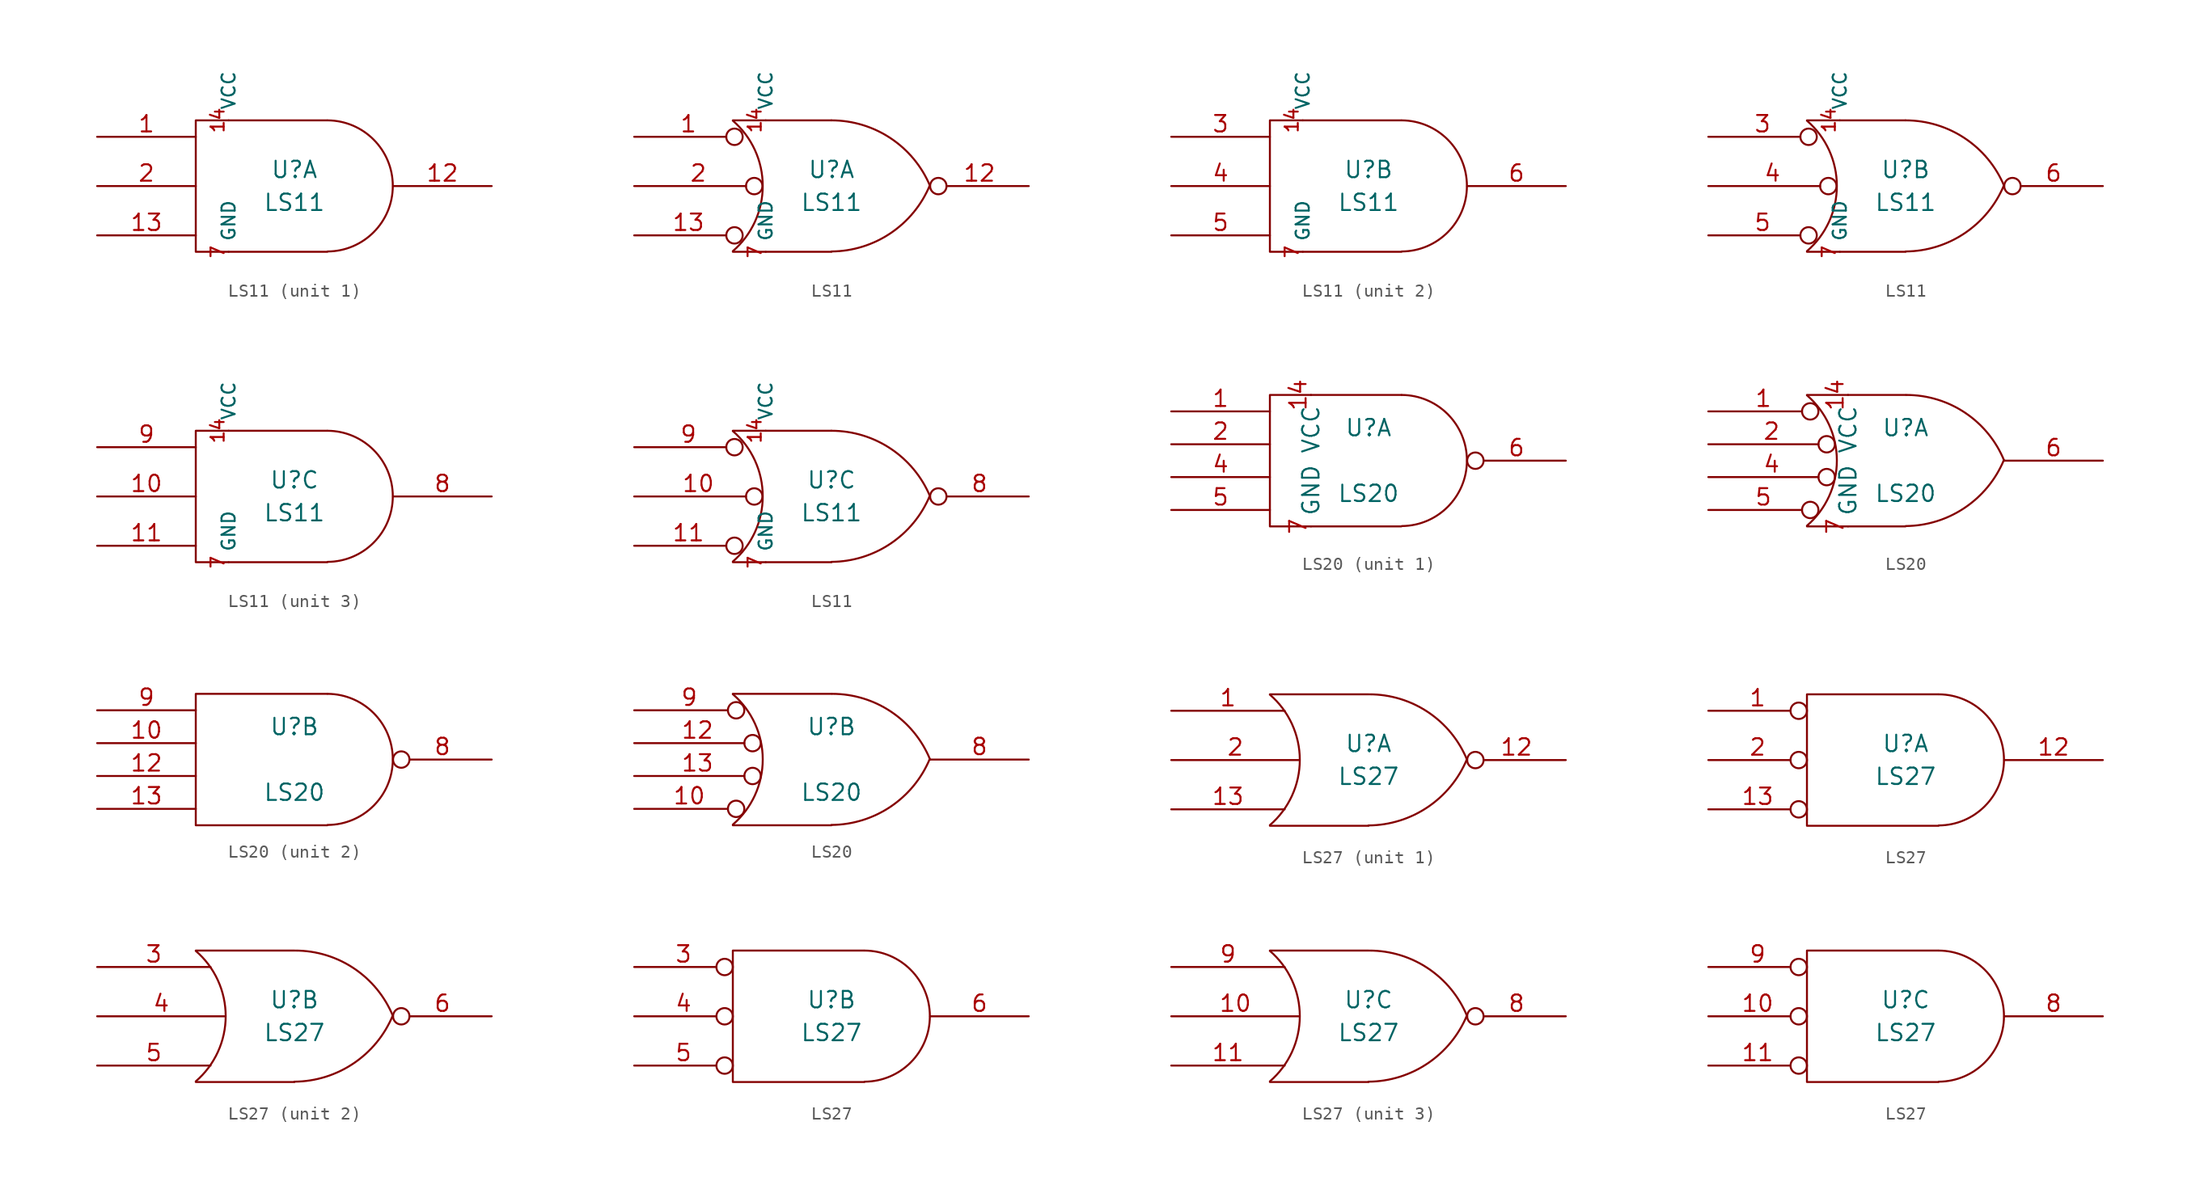
<source format=kicad_sym>
(kicad_symbol_lib
  (version 20211014)
  (generator kicad_symbol_editor)
  (symbol "LS11"
    (pin_names
      (offset 0.762))
    (property "Reference" "U"
      (at 0 1.27 0)
      (effects (font (size 1.27 1.27))))
    (property "Value" "LS11"
      (at 0 -1.27 0)
      (effects (font (size 1.27 1.27))))
    (symbol "LS11_0_0"
      (pin power_in line (at -5.08 5.08 90) (length 0) (name "VCC" (effects (font (size 1.016 1.016)))) (number "14" (effects (font (size 1.016 1.016)))))
      (pin power_in line (at -5.08 -5.08 90) (length 0) (name "GND" (effects (font (size 1.016 1.016)))) (number "7" (effects (font (size 1.016 1.016))))))
    (symbol "LS11_0_1"
      (polyline (pts (xy 2.54 5.08) (xy -7.62 5.08) (xy -7.62 -5.08) (xy 2.54 -5.08)) (stroke (width 0) (type default) (color 0 0 0 0)) (fill (type none)))
      (arc (start 2.5654 -5.0546) (mid 7.5947 0.0127) (end 2.5654 5.08) (stroke (width 0) (type default) (color 0 0 0 0)) (fill (type none))))
    (symbol "LS11_0_2"
      (arc (start -7.62 -5.0292) (mid -5.3094 0.0127) (end -7.62 5.0546) (stroke (width 0.1524) (type default) (color 0 0 0 0)) (fill (type none)))
      (arc (start 0 -5.0546) (mid 4.5649 -3.6437) (end 7.5946 0.0508) (stroke (width 0.1524) (type default) (color 0 0 0 0)) (fill (type none)))
      (polyline (pts (xy -7.62 -5.08) (xy 0 -5.08)) (stroke (width 0.152) (type default) (color 0 0 0 0)) (fill (type none)))
      (polyline (pts (xy -7.62 5.08) (xy 0 5.08)) (stroke (width 0.152) (type default) (color 0 0 0 0)) (fill (type none)))
      (arc (start 7.62 0) (mid 4.5791 3.6936) (end 0 5.08) (stroke (width 0.1524) (type default) (color 0 0 0 0)) (fill (type none))))
    (symbol "LS11_1_1"
      (pin input line (at -15.24 3.81 0) (length 7.62) (name "~" (effects (font (size 1.27 1.27)))) (number "1" (effects (font (size 1.27 1.27)))))
      (pin output line (at 15.24 0 180) (length 7.62) (name "~" (effects (font (size 1.27 1.27)))) (number "12" (effects (font (size 1.27 1.27)))))
      (pin input line (at -15.24 -3.81 0) (length 7.62) (name "~" (effects (font (size 1.27 1.27)))) (number "13" (effects (font (size 1.27 1.27)))))
      (pin input line (at -15.24 0 0) (length 7.62) (name "~" (effects (font (size 1.27 1.27)))) (number "2" (effects (font (size 1.27 1.27))))))
    (symbol "LS11_1_2"
      (pin input inverted (at -15.24 3.81 0) (length 8.382) (name "~" (effects (font (size 1.27 1.27)))) (number "1" (effects (font (size 1.27 1.27)))))
      (pin output inverted (at 15.24 0 180) (length 7.62) (name "~" (effects (font (size 1.27 1.27)))) (number "12" (effects (font (size 1.27 1.27)))))
      (pin input inverted (at -15.24 -3.81 0) (length 8.382) (name "~" (effects (font (size 1.27 1.27)))) (number "13" (effects (font (size 1.27 1.27)))))
      (pin input inverted (at -15.24 0 0) (length 9.906) (name "~" (effects (font (size 1.27 1.27)))) (number "2" (effects (font (size 1.27 1.27))))))
    (symbol "LS11_2_1"
      (pin input line (at -15.24 3.81 0) (length 7.62) (name "~" (effects (font (size 1.27 1.27)))) (number "3" (effects (font (size 1.27 1.27)))))
      (pin input line (at -15.24 0 0) (length 7.62) (name "~" (effects (font (size 1.27 1.27)))) (number "4" (effects (font (size 1.27 1.27)))))
      (pin input line (at -15.24 -3.81 0) (length 7.62) (name "~" (effects (font (size 1.27 1.27)))) (number "5" (effects (font (size 1.27 1.27)))))
      (pin output line (at 15.24 0 180) (length 7.62) (name "~" (effects (font (size 1.27 1.27)))) (number "6" (effects (font (size 1.27 1.27))))))
    (symbol "LS11_2_2"
      (pin input inverted (at -15.24 3.81 0) (length 8.382) (name "~" (effects (font (size 1.27 1.27)))) (number "3" (effects (font (size 1.27 1.27)))))
      (pin input inverted (at -15.24 0 0) (length 9.906) (name "~" (effects (font (size 1.27 1.27)))) (number "4" (effects (font (size 1.27 1.27)))))
      (pin input inverted (at -15.24 -3.81 0) (length 8.382) (name "~" (effects (font (size 1.27 1.27)))) (number "5" (effects (font (size 1.27 1.27)))))
      (pin output inverted (at 15.24 0 180) (length 7.62) (name "~" (effects (font (size 1.27 1.27)))) (number "6" (effects (font (size 1.27 1.27))))))
    (symbol "LS11_3_1"
      (pin input line (at -15.24 0 0) (length 7.62) (name "~" (effects (font (size 1.27 1.27)))) (number "10" (effects (font (size 1.27 1.27)))))
      (pin input line (at -15.24 -3.81 0) (length 7.62) (name "~" (effects (font (size 1.27 1.27)))) (number "11" (effects (font (size 1.27 1.27)))))
      (pin output line (at 15.24 0 180) (length 7.62) (name "~" (effects (font (size 1.27 1.27)))) (number "8" (effects (font (size 1.27 1.27)))))
      (pin input line (at -15.24 3.81 0) (length 7.62) (name "~" (effects (font (size 1.27 1.27)))) (number "9" (effects (font (size 1.27 1.27))))))
    (symbol "LS11_3_2"
      (pin input inverted (at -15.24 0 0) (length 9.906) (name "~" (effects (font (size 1.27 1.27)))) (number "10" (effects (font (size 1.27 1.27)))))
      (pin input inverted (at -15.24 -3.81 0) (length 8.382) (name "~" (effects (font (size 1.27 1.27)))) (number "11" (effects (font (size 1.27 1.27)))))
      (pin output inverted (at 15.24 0 180) (length 7.62) (name "~" (effects (font (size 1.27 1.27)))) (number "8" (effects (font (size 1.27 1.27)))))
      (pin input inverted (at -15.24 3.81 0) (length 8.382) (name "~" (effects (font (size 1.27 1.27)))) (number "9" (effects (font (size 1.27 1.27)))))))
  (symbol "LS20"
    (pin_names
      (offset 0.762))
    (property "Reference" "U"
      (at 0 2.54 0)
      (effects (font (size 1.27 1.27))))
    (property "Value" "LS20"
      (at 0 -2.54 0)
      (effects (font (size 1.27 1.27))))
    (symbol "LS20_0_1"
      (polyline (pts (xy 2.54 5.08) (xy -7.62 5.08) (xy -7.62 -5.08) (xy 2.54 -5.08)) (stroke (width 0) (type default) (color 0 0 0 0)) (fill (type none)))
      (arc (start 2.5654 -5.0546) (mid 7.5947 0.0127) (end 2.5654 5.08) (stroke (width 0) (type default) (color 0 0 0 0)) (fill (type none))))
    (symbol "LS20_0_2"
      (arc (start -7.62 -5.0292) (mid -5.3094 0.0127) (end -7.62 5.0546) (stroke (width 0) (type default) (color 0 0 0 0)) (fill (type none)))
      (arc (start 0 -5.0546) (mid 4.5649 -3.6437) (end 7.5946 0.0508) (stroke (width 0) (type default) (color 0 0 0 0)) (fill (type none)))
      (polyline (pts (xy -7.62 -5.08) (xy 0 -5.08)) (stroke (width 0) (type default) (color 0 0 0 0)) (fill (type none)))
      (polyline (pts (xy -7.62 5.08) (xy 0 5.08)) (stroke (width 0) (type default) (color 0 0 0 0)) (fill (type none)))
      (arc (start 7.62 0) (mid 4.6112 3.6959) (end 0.0508 5.08) (stroke (width 0) (type default) (color 0 0 0 0)) (fill (type none))))
    (symbol "LS20_1_0"
      (pin power_in line (at -4.445 5.08 270) (length 0) (name "VCC" (effects (font (size 1.27 1.27)))) (number "14" (effects (font (size 1.27 1.27)))))
      (pin power_in line (at -4.445 -5.08 90) (length 0) (name "GND" (effects (font (size 1.27 1.27)))) (number "7" (effects (font (size 1.27 1.27))))))
    (symbol "LS20_1_1"
      (pin input line (at -15.24 3.81 0) (length 7.62) (name "~" (effects (font (size 1.27 1.27)))) (number "1" (effects (font (size 1.27 1.27)))))
      (pin input line (at -15.24 1.27 0) (length 7.62) (name "~" (effects (font (size 1.27 1.27)))) (number "2" (effects (font (size 1.27 1.27)))))
      (pin input line (at -15.24 -1.27 0) (length 7.62) (name "~" (effects (font (size 1.27 1.27)))) (number "4" (effects (font (size 1.27 1.27)))))
      (pin input line (at -15.24 -3.81 0) (length 7.62) (name "~" (effects (font (size 1.27 1.27)))) (number "5" (effects (font (size 1.27 1.27)))))
      (pin output inverted (at 15.24 0 180) (length 7.62) (name "~" (effects (font (size 1.27 1.27)))) (number "6" (effects (font (size 1.27 1.27))))))
    (symbol "LS20_1_2"
      (pin input inverted (at -15.24 3.81 0) (length 8.509) (name "~" (effects (font (size 1.27 1.27)))) (number "1" (effects (font (size 1.27 1.27)))))
      (pin input inverted (at -15.24 1.27 0) (length 9.779) (name "~" (effects (font (size 1.27 1.27)))) (number "2" (effects (font (size 1.27 1.27)))))
      (pin output inverted (at -15.24 -1.27 0) (length 9.779) (name "~" (effects (font (size 1.27 1.27)))) (number "4" (effects (font (size 1.27 1.27)))))
      (pin input inverted (at -15.24 -3.81 0) (length 8.509) (name "~" (effects (font (size 1.27 1.27)))) (number "5" (effects (font (size 1.27 1.27)))))
      (pin output line (at 15.24 0 180) (length 7.62) (name "~" (effects (font (size 1.27 1.27)))) (number "6" (effects (font (size 1.27 1.27))))))
    (symbol "LS20_2_1"
      (pin input line (at -15.24 1.27 0) (length 7.62) (name "~" (effects (font (size 1.27 1.27)))) (number "10" (effects (font (size 1.27 1.27)))))
      (pin input line (at -15.24 -1.27 0) (length 7.62) (name "~" (effects (font (size 1.27 1.27)))) (number "12" (effects (font (size 1.27 1.27)))))
      (pin input line (at -15.24 -3.81 0) (length 7.62) (name "~" (effects (font (size 1.27 1.27)))) (number "13" (effects (font (size 1.27 1.27)))))
      (pin output inverted (at 15.24 0 180) (length 7.62) (name "~" (effects (font (size 1.27 1.27)))) (number "8" (effects (font (size 1.27 1.27)))))
      (pin input line (at -15.24 3.81 0) (length 7.62) (name "~" (effects (font (size 1.27 1.27)))) (number "9" (effects (font (size 1.27 1.27))))))
    (symbol "LS20_2_2"
      (pin input inverted (at -15.24 -3.81 0) (length 8.509) (name "~" (effects (font (size 1.27 1.27)))) (number "10" (effects (font (size 1.27 1.27)))))
      (pin input inverted (at -15.24 1.27 0) (length 9.779) (name "~" (effects (font (size 1.27 1.27)))) (number "12" (effects (font (size 1.27 1.27)))))
      (pin input inverted (at -15.24 -1.27 0) (length 9.779) (name "~" (effects (font (size 1.27 1.27)))) (number "13" (effects (font (size 1.27 1.27)))))
      (pin output line (at 15.24 0 180) (length 7.62) (name "~" (effects (font (size 1.27 1.27)))) (number "8" (effects (font (size 1.27 1.27)))))
      (pin input inverted (at -15.24 3.81 0) (length 8.509) (name "~" (effects (font (size 1.27 1.27)))) (number "9" (effects (font (size 1.27 1.27)))))))
  (symbol "LS27"
    (pin_names
      (offset 0.762))
    (property "Reference" "U"
      (at 0 1.27 0)
      (effects (font (size 1.27 1.27))))
    (property "Value" "LS27"
      (at 0 -1.27 0)
      (effects (font (size 1.27 1.27))))
    (symbol "LS27_0_0"
      (pin power_in line (at -5.08 5.08 90) (length 0) hide (name "VCC" (effects (font (size 1.016 1.016)))) (number "14" (effects (font (size 1.016 1.016)))))
      (pin power_in line (at -5.08 -5.08 90) (length 0) hide (name "GND" (effects (font (size 1.016 1.016)))) (number "7" (effects (font (size 1.016 1.016))))))
    (symbol "LS27_0_1"
      (arc (start -7.62 -5.0292) (mid -5.3094 0.0127) (end -7.62 5.0546) (stroke (width 0) (type default) (color 0 0 0 0)) (fill (type none)))
      (arc (start 0 -5.0546) (mid 4.5649 -3.6437) (end 7.5946 0.0508) (stroke (width 0) (type default) (color 0 0 0 0)) (fill (type none)))
      (polyline (pts (xy -7.62 -5.08) (xy 0 -5.08)) (stroke (width 0) (type default) (color 0 0 0 0)) (fill (type none)))
      (polyline (pts (xy -7.62 5.08) (xy 0 5.08)) (stroke (width 0) (type default) (color 0 0 0 0)) (fill (type none)))
      (arc (start 7.62 0) (mid 4.6112 3.6959) (end 0.0508 5.08) (stroke (width 0) (type default) (color 0 0 0 0)) (fill (type none))))
    (symbol "LS27_0_2"
      (polyline (pts (xy 2.54 5.08) (xy -7.62 5.08) (xy -7.62 -5.08) (xy 2.54 -5.08)) (stroke (width 0) (type default) (color 0 0 0 0)) (fill (type none)))
      (arc (start 2.5654 -5.0546) (mid 7.5947 0.0127) (end 2.5654 5.08) (stroke (width 0) (type default) (color 0 0 0 0)) (fill (type none))))
    (symbol "LS27_1_1"
      (pin input line (at -15.24 3.81 0) (length 8.763) (name "~" (effects (font (size 1.27 1.27)))) (number "1" (effects (font (size 1.27 1.27)))))
      (pin output inverted (at 15.24 0 180) (length 7.62) (name "~" (effects (font (size 1.27 1.27)))) (number "12" (effects (font (size 1.27 1.27)))))
      (pin input line (at -15.24 -3.81 0) (length 8.763) (name "~" (effects (font (size 1.27 1.27)))) (number "13" (effects (font (size 1.27 1.27)))))
      (pin input line (at -15.24 0 0) (length 9.906) (name "~" (effects (font (size 1.27 1.27)))) (number "2" (effects (font (size 1.27 1.27))))))
    (symbol "LS27_1_2"
      (pin input inverted (at -15.24 3.81 0) (length 7.62) (name "~" (effects (font (size 1.27 1.27)))) (number "1" (effects (font (size 1.27 1.27)))))
      (pin output line (at 15.24 0 180) (length 7.62) (name "~" (effects (font (size 1.27 1.27)))) (number "12" (effects (font (size 1.27 1.27)))))
      (pin input inverted (at -15.24 -3.81 0) (length 7.62) (name "~" (effects (font (size 1.27 1.27)))) (number "13" (effects (font (size 1.27 1.27)))))
      (pin input inverted (at -15.24 0 0) (length 7.62) (name "~" (effects (font (size 1.27 1.27)))) (number "2" (effects (font (size 1.27 1.27))))))
    (symbol "LS27_2_1"
      (pin input line (at -15.24 3.81 0) (length 8.763) (name "~" (effects (font (size 1.27 1.27)))) (number "3" (effects (font (size 1.27 1.27)))))
      (pin input line (at -15.24 0 0) (length 9.906) (name "~" (effects (font (size 1.27 1.27)))) (number "4" (effects (font (size 1.27 1.27)))))
      (pin input line (at -15.24 -3.81 0) (length 8.763) (name "~" (effects (font (size 1.27 1.27)))) (number "5" (effects (font (size 1.27 1.27)))))
      (pin output inverted (at 15.24 0 180) (length 7.62) (name "~" (effects (font (size 1.27 1.27)))) (number "6" (effects (font (size 1.27 1.27))))))
    (symbol "LS27_2_2"
      (pin input inverted (at -15.24 3.81 0) (length 7.62) (name "~" (effects (font (size 1.27 1.27)))) (number "3" (effects (font (size 1.27 1.27)))))
      (pin input inverted (at -15.24 0 0) (length 7.62) (name "~" (effects (font (size 1.27 1.27)))) (number "4" (effects (font (size 1.27 1.27)))))
      (pin input inverted (at -15.24 -3.81 0) (length 7.62) (name "~" (effects (font (size 1.27 1.27)))) (number "5" (effects (font (size 1.27 1.27)))))
      (pin output line (at 15.24 0 180) (length 7.62) (name "~" (effects (font (size 1.27 1.27)))) (number "6" (effects (font (size 1.27 1.27))))))
    (symbol "LS27_3_1"
      (pin input line (at -15.24 0 0) (length 9.906) (name "~" (effects (font (size 1.27 1.27)))) (number "10" (effects (font (size 1.27 1.27)))))
      (pin input line (at -15.24 -3.81 0) (length 8.763) (name "~" (effects (font (size 1.27 1.27)))) (number "11" (effects (font (size 1.27 1.27)))))
      (pin output inverted (at 15.24 0 180) (length 7.62) (name "~" (effects (font (size 1.27 1.27)))) (number "8" (effects (font (size 1.27 1.27)))))
      (pin input line (at -15.24 3.81 0) (length 8.763) (name "~" (effects (font (size 1.27 1.27)))) (number "9" (effects (font (size 1.27 1.27))))))
    (symbol "LS27_3_2"
      (pin input inverted (at -15.24 0 0) (length 7.62) (name "~" (effects (font (size 1.27 1.27)))) (number "10" (effects (font (size 1.27 1.27)))))
      (pin input inverted (at -15.24 -3.81 0) (length 7.62) (name "~" (effects (font (size 1.27 1.27)))) (number "11" (effects (font (size 1.27 1.27)))))
      (pin output line (at 15.24 0 180) (length 7.62) (name "~" (effects (font (size 1.27 1.27)))) (number "8" (effects (font (size 1.27 1.27)))))
      (pin input inverted (at -15.24 3.81 0) (length 7.62) (name "~" (effects (font (size 1.27 1.27)))) (number "9" (effects (font (size 1.27 1.27))))))))
</source>
